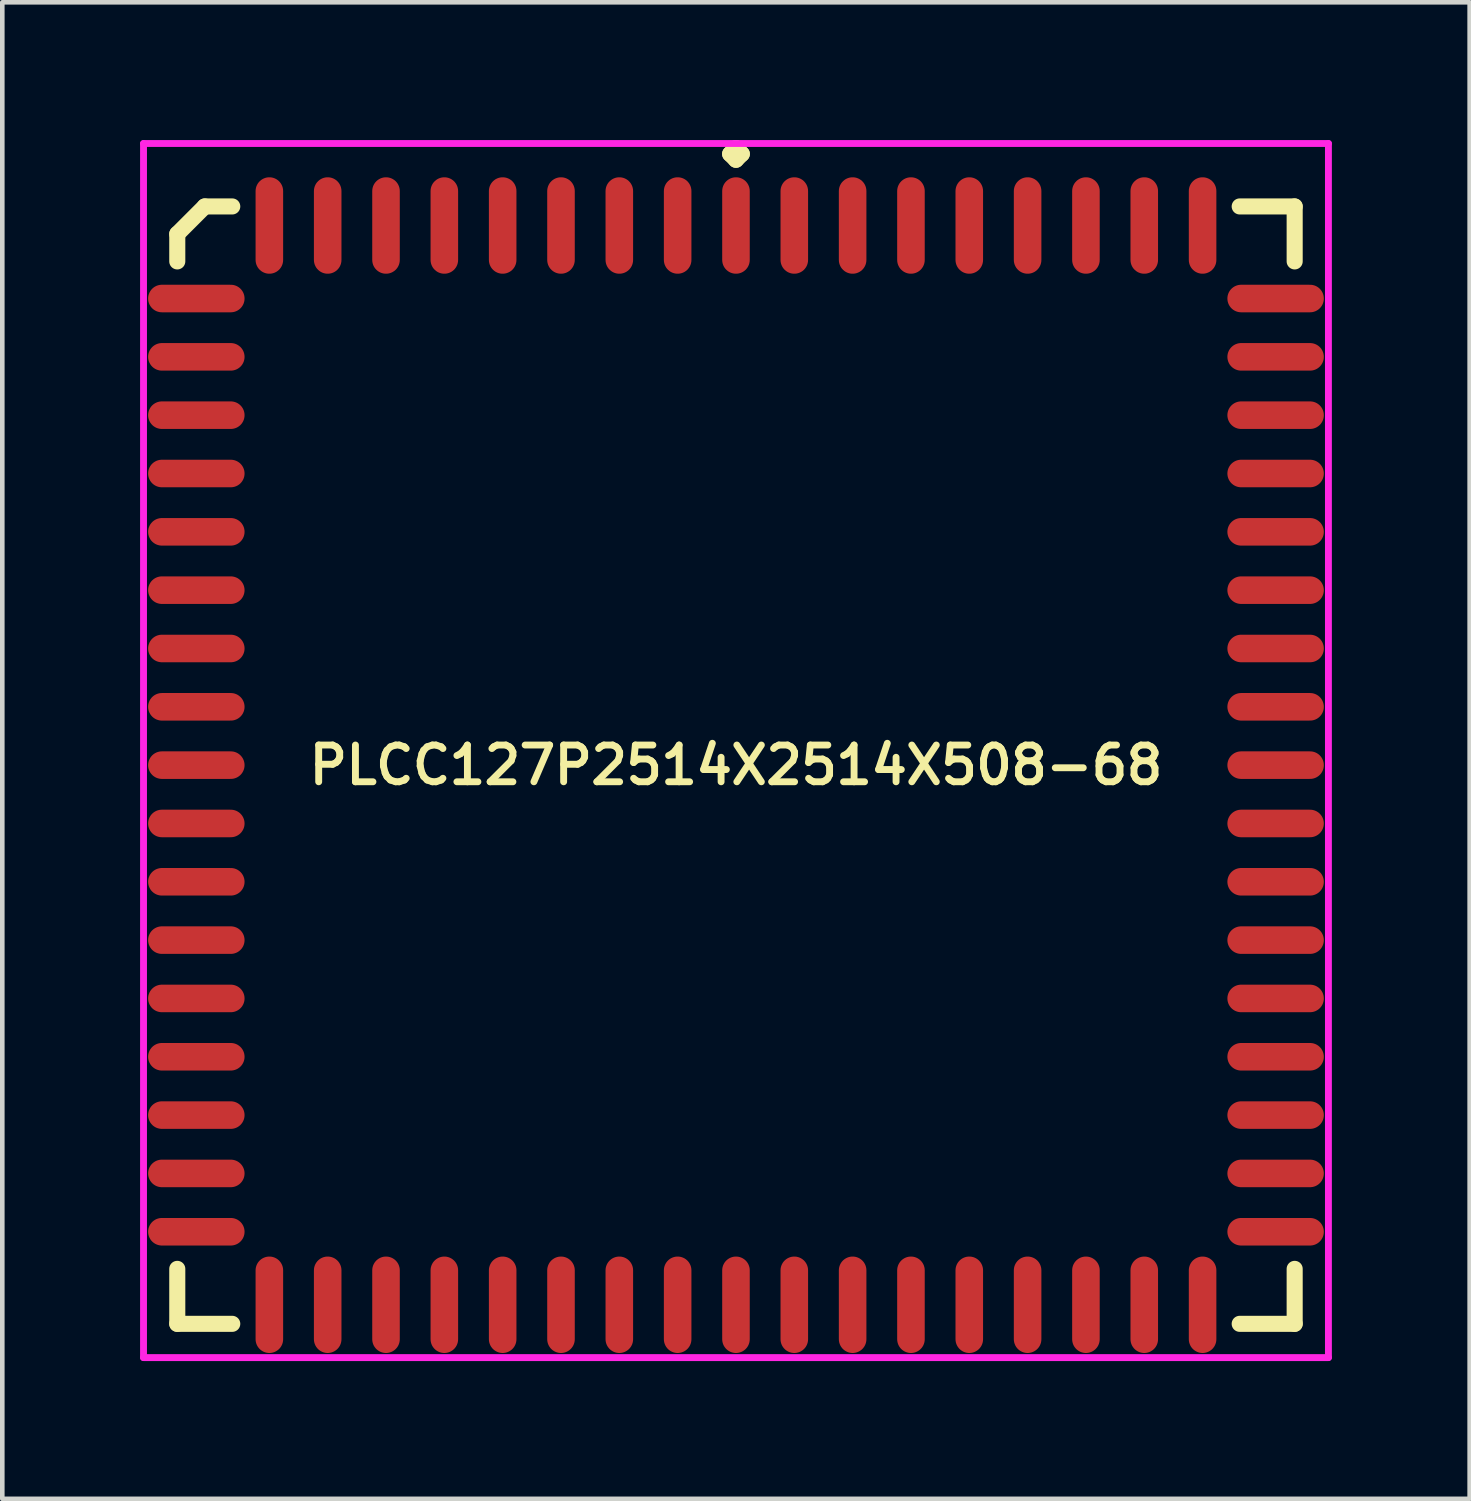
<source format=kicad_pcb>
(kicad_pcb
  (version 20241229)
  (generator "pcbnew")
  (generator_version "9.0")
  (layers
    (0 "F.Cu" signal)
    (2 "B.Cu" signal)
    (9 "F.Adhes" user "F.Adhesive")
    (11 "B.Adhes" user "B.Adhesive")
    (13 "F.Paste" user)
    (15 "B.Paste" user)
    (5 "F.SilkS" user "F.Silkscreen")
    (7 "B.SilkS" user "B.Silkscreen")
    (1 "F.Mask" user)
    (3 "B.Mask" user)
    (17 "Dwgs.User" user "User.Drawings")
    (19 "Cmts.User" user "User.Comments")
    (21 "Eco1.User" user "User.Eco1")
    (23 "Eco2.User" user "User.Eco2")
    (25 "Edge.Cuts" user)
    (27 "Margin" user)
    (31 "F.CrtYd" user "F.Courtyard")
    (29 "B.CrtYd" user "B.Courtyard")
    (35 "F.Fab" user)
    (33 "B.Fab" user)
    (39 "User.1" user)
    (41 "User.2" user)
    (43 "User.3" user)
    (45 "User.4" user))
  (footprint "PLCC127P2514X2514X508-68"
    (layer "F.Cu")
    (at 12.975 13.61)
    (property "Reference" "PLCC127P2514X2514X508-68" (at 0 0 0) (layer "F.SilkS") (effects (font (size 0.8 0.8) (thickness 0.15))))
    (attr smd)
    (fp_line (start -12.165 -11.566) (end -11.566 -12.165) (stroke (width 0.35) (type solid)) (layer "F.SilkS"))
    (fp_line (start -12.165 -10.968) (end -12.165 -11.566) (stroke (width 0.35) (type solid)) (layer "F.SilkS"))
    (fp_line (start -12.165 10.968) (end -12.165 12.165) (stroke (width 0.35) (type solid)) (layer "F.SilkS"))
    (fp_line (start -12.165 12.165) (end -10.968 12.165) (stroke (width 0.35) (type solid)) (layer "F.SilkS"))
    (fp_line (start -11.566 -12.165) (end -10.968 -12.165) (stroke (width 0.35) (type solid)) (layer "F.SilkS"))
    (fp_line (start -0.127 -13.308) (end 0 -13.435) (stroke (width 0.35) (type solid)) (layer "F.SilkS"))
    (fp_line (start 0 -13.435) (end 0.127 -13.308) (stroke (width 0.35) (type solid)) (layer "F.SilkS"))
    (fp_line (start 0 -13.181) (end -0.127 -13.308) (stroke (width 0.35) (type solid)) (layer "F.SilkS"))
    (fp_line (start 0.127 -13.308) (end 0 -13.181) (stroke (width 0.35) (type solid)) (layer "F.SilkS"))
    (fp_line (start 12.165 -12.165) (end 10.968 -12.165) (stroke (width 0.35) (type solid)) (layer "F.SilkS"))
    (fp_line (start 12.165 -10.968) (end 12.165 -12.165) (stroke (width 0.35) (type solid)) (layer "F.SilkS"))
    (fp_line (start 12.165 10.968) (end 12.165 12.165) (stroke (width 0.35) (type solid)) (layer "F.SilkS"))
    (fp_line (start 12.165 12.165) (end 10.968 12.165) (stroke (width 0.35) (type solid)) (layer "F.SilkS"))
    (fp_line (start -12.9 -13.535) (end 12.9 -13.535) (stroke (width 0.15) (type solid)) (layer "F.CrtYd"))
    (fp_line (start -12.9 12.9) (end -12.9 -13.535) (stroke (width 0.15) (type solid)) (layer "F.CrtYd"))
    (fp_line (start 12.9 -13.535) (end 12.9 12.9) (stroke (width 0.15) (type solid)) (layer "F.CrtYd"))
    (fp_line (start 12.9 12.9) (end -12.9 12.9) (stroke (width 0.15) (type solid)) (layer "F.CrtYd"))
    (pad "1" smd oval (at 0 -11.75) (size 0.6 2.1) (layers "F.Cu" "F.Mask" "F.Paste"))
    (pad "2" smd oval (at -1.27 -11.75) (size 0.6 2.1) (layers "F.Cu" "F.Mask" "F.Paste"))
    (pad "3" smd oval (at -2.54 -11.75) (size 0.6 2.1) (layers "F.Cu" "F.Mask" "F.Paste"))
    (pad "4" smd oval (at -3.81 -11.75) (size 0.6 2.1) (layers "F.Cu" "F.Mask" "F.Paste"))
    (pad "5" smd oval (at -5.08 -11.75) (size 0.6 2.1) (layers "F.Cu" "F.Mask" "F.Paste"))
    (pad "6" smd oval (at -6.35 -11.75) (size 0.6 2.1) (layers "F.Cu" "F.Mask" "F.Paste"))
    (pad "7" smd oval (at -7.62 -11.75) (size 0.6 2.1) (layers "F.Cu" "F.Mask" "F.Paste"))
    (pad "8" smd oval (at -8.89 -11.75) (size 0.6 2.1) (layers "F.Cu" "F.Mask" "F.Paste"))
    (pad "9" smd oval (at -10.16 -11.75) (size 0.6 2.1) (layers "F.Cu" "F.Mask" "F.Paste"))
    (pad "10" smd oval (at -11.75 -10.16) (size 2.1 0.6) (layers "F.Cu" "F.Mask" "F.Paste"))
    (pad "11" smd oval (at -11.75 -8.89) (size 2.1 0.6) (layers "F.Cu" "F.Mask" "F.Paste"))
    (pad "12" smd oval (at -11.75 -7.62) (size 2.1 0.6) (layers "F.Cu" "F.Mask" "F.Paste"))
    (pad "13" smd oval (at -11.75 -6.35) (size 2.1 0.6) (layers "F.Cu" "F.Mask" "F.Paste"))
    (pad "14" smd oval (at -11.75 -5.08) (size 2.1 0.6) (layers "F.Cu" "F.Mask" "F.Paste"))
    (pad "15" smd oval (at -11.75 -3.81) (size 2.1 0.6) (layers "F.Cu" "F.Mask" "F.Paste"))
    (pad "16" smd oval (at -11.75 -2.54) (size 2.1 0.6) (layers "F.Cu" "F.Mask" "F.Paste"))
    (pad "17" smd oval (at -11.75 -1.27) (size 2.1 0.6) (layers "F.Cu" "F.Mask" "F.Paste"))
    (pad "18" smd oval (at -11.75 0) (size 2.1 0.6) (layers "F.Cu" "F.Mask" "F.Paste"))
    (pad "19" smd oval (at -11.75 1.27) (size 2.1 0.6) (layers "F.Cu" "F.Mask" "F.Paste"))
    (pad "20" smd oval (at -11.75 2.54) (size 2.1 0.6) (layers "F.Cu" "F.Mask" "F.Paste"))
    (pad "21" smd oval (at -11.75 3.81) (size 2.1 0.6) (layers "F.Cu" "F.Mask" "F.Paste"))
    (pad "22" smd oval (at -11.75 5.08) (size 2.1 0.6) (layers "F.Cu" "F.Mask" "F.Paste"))
    (pad "23" smd oval (at -11.75 6.35) (size 2.1 0.6) (layers "F.Cu" "F.Mask" "F.Paste"))
    (pad "24" smd oval (at -11.75 7.62) (size 2.1 0.6) (layers "F.Cu" "F.Mask" "F.Paste"))
    (pad "25" smd oval (at -11.75 8.89) (size 2.1 0.6) (layers "F.Cu" "F.Mask" "F.Paste"))
    (pad "26" smd oval (at -11.75 10.16) (size 2.1 0.6) (layers "F.Cu" "F.Mask" "F.Paste"))
    (pad "27" smd oval (at -10.16 11.75) (size 0.6 2.1) (layers "F.Cu" "F.Mask" "F.Paste"))
    (pad "28" smd oval (at -8.89 11.75) (size 0.6 2.1) (layers "F.Cu" "F.Mask" "F.Paste"))
    (pad "29" smd oval (at -7.62 11.75) (size 0.6 2.1) (layers "F.Cu" "F.Mask" "F.Paste"))
    (pad "30" smd oval (at -6.35 11.75) (size 0.6 2.1) (layers "F.Cu" "F.Mask" "F.Paste"))
    (pad "31" smd oval (at -5.08 11.75) (size 0.6 2.1) (layers "F.Cu" "F.Mask" "F.Paste"))
    (pad "32" smd oval (at -3.81 11.75) (size 0.6 2.1) (layers "F.Cu" "F.Mask" "F.Paste"))
    (pad "33" smd oval (at -2.54 11.75) (size 0.6 2.1) (layers "F.Cu" "F.Mask" "F.Paste"))
    (pad "34" smd oval (at -1.27 11.75) (size 0.6 2.1) (layers "F.Cu" "F.Mask" "F.Paste"))
    (pad "35" smd oval (at 0 11.75) (size 0.6 2.1) (layers "F.Cu" "F.Mask" "F.Paste"))
    (pad "36" smd oval (at 1.27 11.75) (size 0.6 2.1) (layers "F.Cu" "F.Mask" "F.Paste"))
    (pad "37" smd oval (at 2.54 11.75) (size 0.6 2.1) (layers "F.Cu" "F.Mask" "F.Paste"))
    (pad "38" smd oval (at 3.81 11.75) (size 0.6 2.1) (layers "F.Cu" "F.Mask" "F.Paste"))
    (pad "39" smd oval (at 5.08 11.75) (size 0.6 2.1) (layers "F.Cu" "F.Mask" "F.Paste"))
    (pad "40" smd oval (at 6.35 11.75) (size 0.6 2.1) (layers "F.Cu" "F.Mask" "F.Paste"))
    (pad "41" smd oval (at 7.62 11.75) (size 0.6 2.1) (layers "F.Cu" "F.Mask" "F.Paste"))
    (pad "42" smd oval (at 8.89 11.75) (size 0.6 2.1) (layers "F.Cu" "F.Mask" "F.Paste"))
    (pad "43" smd oval (at 10.16 11.75) (size 0.6 2.1) (layers "F.Cu" "F.Mask" "F.Paste"))
    (pad "44" smd oval (at 11.75 10.16) (size 2.1 0.6) (layers "F.Cu" "F.Mask" "F.Paste"))
    (pad "45" smd oval (at 11.75 8.89) (size 2.1 0.6) (layers "F.Cu" "F.Mask" "F.Paste"))
    (pad "46" smd oval (at 11.75 7.62) (size 2.1 0.6) (layers "F.Cu" "F.Mask" "F.Paste"))
    (pad "47" smd oval (at 11.75 6.35) (size 2.1 0.6) (layers "F.Cu" "F.Mask" "F.Paste"))
    (pad "48" smd oval (at 11.75 5.08) (size 2.1 0.6) (layers "F.Cu" "F.Mask" "F.Paste"))
    (pad "49" smd oval (at 11.75 3.81) (size 2.1 0.6) (layers "F.Cu" "F.Mask" "F.Paste"))
    (pad "50" smd oval (at 11.75 2.54) (size 2.1 0.6) (layers "F.Cu" "F.Mask" "F.Paste"))
    (pad "51" smd oval (at 11.75 1.27) (size 2.1 0.6) (layers "F.Cu" "F.Mask" "F.Paste"))
    (pad "52" smd oval (at 11.75 0) (size 2.1 0.6) (layers "F.Cu" "F.Mask" "F.Paste"))
    (pad "53" smd oval (at 11.75 -1.27) (size 2.1 0.6) (layers "F.Cu" "F.Mask" "F.Paste"))
    (pad "54" smd oval (at 11.75 -2.54) (size 2.1 0.6) (layers "F.Cu" "F.Mask" "F.Paste"))
    (pad "55" smd oval (at 11.75 -3.81) (size 2.1 0.6) (layers "F.Cu" "F.Mask" "F.Paste"))
    (pad "56" smd oval (at 11.75 -5.08) (size 2.1 0.6) (layers "F.Cu" "F.Mask" "F.Paste"))
    (pad "57" smd oval (at 11.75 -6.35) (size 2.1 0.6) (layers "F.Cu" "F.Mask" "F.Paste"))
    (pad "58" smd oval (at 11.75 -7.62) (size 2.1 0.6) (layers "F.Cu" "F.Mask" "F.Paste"))
    (pad "59" smd oval (at 11.75 -8.89) (size 2.1 0.6) (layers "F.Cu" "F.Mask" "F.Paste"))
    (pad "60" smd oval (at 11.75 -10.16) (size 2.1 0.6) (layers "F.Cu" "F.Mask" "F.Paste"))
    (pad "61" smd oval (at 10.16 -11.75) (size 0.6 2.1) (layers "F.Cu" "F.Mask" "F.Paste"))
    (pad "62" smd oval (at 8.89 -11.75) (size 0.6 2.1) (layers "F.Cu" "F.Mask" "F.Paste"))
    (pad "63" smd oval (at 7.62 -11.75) (size 0.6 2.1) (layers "F.Cu" "F.Mask" "F.Paste"))
    (pad "64" smd oval (at 6.35 -11.75) (size 0.6 2.1) (layers "F.Cu" "F.Mask" "F.Paste"))
    (pad "65" smd oval (at 5.08 -11.75) (size 0.6 2.1) (layers "F.Cu" "F.Mask" "F.Paste"))
    (pad "66" smd oval (at 3.81 -11.75) (size 0.6 2.1) (layers "F.Cu" "F.Mask" "F.Paste"))
    (pad "67" smd oval (at 2.54 -11.75) (size 0.6 2.1) (layers "F.Cu" "F.Mask" "F.Paste"))
    (pad "68" smd oval (at 1.27 -11.75) (size 0.6 2.1) (layers "F.Cu" "F.Mask" "F.Paste")))
  (gr_rect
    (start -3 -3)
    (end 28.95 29.585)
    (stroke (width 0.1) (type default))
    (fill no)
    (layer "Edge.Cuts")))
</source>
